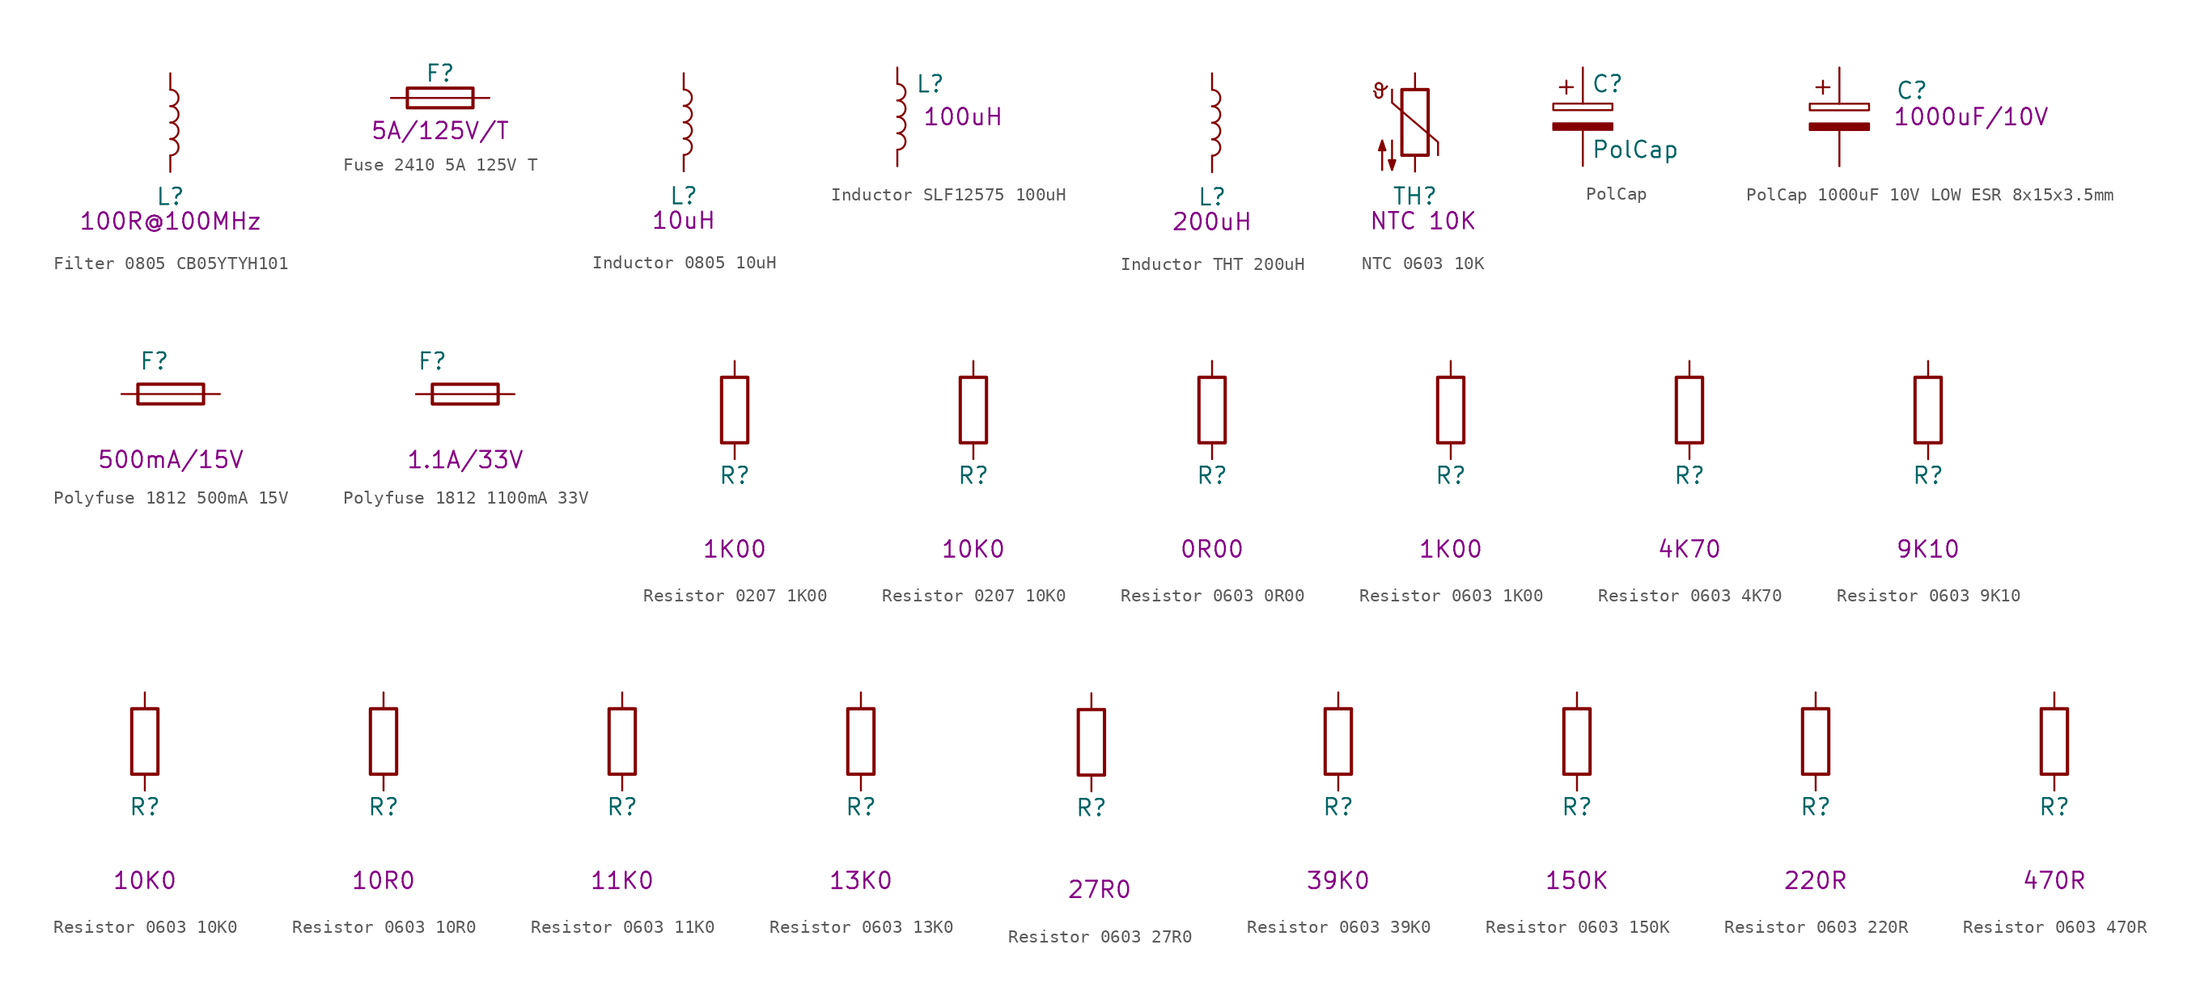
<source format=kicad_sym>
(kicad_symbol_lib
  (version 20211014)
  (generator kicad_symbol_editor)
  (symbol "Filter 0805 CB05YTYH101"
    (pin_numbers hide)
    (pin_names
      (offset 1.016) hide)
    (property "Reference" "L"
      (at 0 -5.715 0)
      (effects (font (size 1.27 1.27))))
    (property "Comment" "100R@100MHz"
      (at 0 -7.62 0)
      (effects (font (size 1.27 1.27))))
    (symbol "Filter 0805 CB05YTYH101_0_1"
      (arc (start 0 -2.54) (mid 0.635 -1.905) (end 0 -1.27) (stroke (width 0) (type default) (color 0 0 0 0)) (fill (type none)))
      (arc (start 0 -1.27) (mid 0.635 -0.635) (end 0 0) (stroke (width 0) (type default) (color 0 0 0 0)) (fill (type none)))
      (arc (start 0 0) (mid 0.635 0.635) (end 0 1.27) (stroke (width 0) (type default) (color 0 0 0 0)) (fill (type none)))
      (arc (start 0 1.27) (mid 0.635 1.905) (end 0 2.54) (stroke (width 0) (type default) (color 0 0 0 0)) (fill (type none))))
    (symbol "Filter 0805 CB05YTYH101_1_1"
      (pin passive line (at 0 3.81 270) (length 1.27) (name "1" (effects (font (size 1.27 1.27)))) (number "1" (effects (font (size 1.27 1.27)))))
      (pin passive line (at 0 -3.81 90) (length 1.27) (name "2" (effects (font (size 1.27 1.27)))) (number "2" (effects (font (size 1.27 1.27)))))))
  (symbol "Fuse 2410 5A 125V T"
    (pin_numbers hide)
    (pin_names
      (offset 0))
    (property "Reference" "F"
      (at 0 1.905 0)
      (effects (font (size 1.27 1.27))))
    (property "Comment" "5A/125V/T"
      (at 0 -2.54 0)
      (effects (font (size 1.27 1.27))))
    (symbol "Fuse 2410 5A 125V T_0_1"
      (polyline (pts (xy -2.54 0) (xy 2.54 0)) (stroke (width 0) (type default) (color 0 0 0 0)) (fill (type none)))
      (rectangle (start 2.54 -0.762) (end -2.54 0.762) (stroke (width 0.254) (type default) (color 0 0 0 0)) (fill (type none))))
    (symbol "Fuse 2410 5A 125V T_1_1"
      (pin passive line (at -3.81 0 0) (length 1.27) (name "~" (effects (font (size 1.27 1.27)))) (number "1" (effects (font (size 1.27 1.27)))))
      (pin passive line (at 3.81 0 180) (length 1.27) (name "~" (effects (font (size 1.27 1.27)))) (number "2" (effects (font (size 1.27 1.27)))))))
  (symbol "Inductor 0805 10uH"
    (pin_numbers hide)
    (pin_names
      (offset 1.016) hide)
    (property "Reference" "L"
      (at 0 -5.715 0)
      (effects (font (size 1.27 1.27))))
    (property "Comment" "10uH"
      (at 0 -7.62 0)
      (effects (font (size 1.27 1.27))))
    (symbol "Inductor 0805 10uH_0_1"
      (arc (start 0 -2.54) (mid 0.635 -1.905) (end 0 -1.27) (stroke (width 0) (type default) (color 0 0 0 0)) (fill (type none)))
      (arc (start 0 -1.27) (mid 0.635 -0.635) (end 0 0) (stroke (width 0) (type default) (color 0 0 0 0)) (fill (type none)))
      (arc (start 0 0) (mid 0.635 0.635) (end 0 1.27) (stroke (width 0) (type default) (color 0 0 0 0)) (fill (type none)))
      (arc (start 0 1.27) (mid 0.635 1.905) (end 0 2.54) (stroke (width 0) (type default) (color 0 0 0 0)) (fill (type none))))
    (symbol "Inductor 0805 10uH_1_1"
      (pin passive line (at 0 3.81 270) (length 1.27) (name "1" (effects (font (size 1.27 1.27)))) (number "1" (effects (font (size 1.27 1.27)))))
      (pin passive line (at 0 -3.81 90) (length 1.27) (name "2" (effects (font (size 1.27 1.27)))) (number "2" (effects (font (size 1.27 1.27)))))))
  (symbol "Inductor SLF12575 100uH"
    (pin_numbers hide)
    (pin_names
      (offset 1.016) hide)
    (property "Reference" "L"
      (at 2.54 2.54 0)
      (effects (font (size 1.27 1.27))))
    (property "Comment" "100uH"
      (at 5.08 0 0)
      (effects (font (size 1.27 1.27))))
    (symbol "Inductor SLF12575 100uH_0_1"
      (arc (start 0 -2.54) (mid 0.635 -1.905) (end 0 -1.27) (stroke (width 0) (type default) (color 0 0 0 0)) (fill (type none)))
      (arc (start 0 -1.27) (mid 0.635 -0.635) (end 0 0) (stroke (width 0) (type default) (color 0 0 0 0)) (fill (type none)))
      (arc (start 0 0) (mid 0.635 0.635) (end 0 1.27) (stroke (width 0) (type default) (color 0 0 0 0)) (fill (type none)))
      (arc (start 0 1.27) (mid 0.635 1.905) (end 0 2.54) (stroke (width 0) (type default) (color 0 0 0 0)) (fill (type none))))
    (symbol "Inductor SLF12575 100uH_1_1"
      (pin passive line (at 0 3.81 270) (length 1.27) (name "1" (effects (font (size 1.27 1.27)))) (number "1" (effects (font (size 1.27 1.27)))))
      (pin passive line (at 0 -3.81 90) (length 1.27) (name "2" (effects (font (size 1.27 1.27)))) (number "2" (effects (font (size 1.27 1.27)))))))
  (symbol "Inductor THT 200uH"
    (pin_numbers hide)
    (pin_names
      (offset 1.016) hide)
    (property "Reference" "L"
      (at 0 -5.715 0)
      (effects (font (size 1.27 1.27))))
    (property "Comment" "200uH"
      (at 0 -7.62 0)
      (effects (font (size 1.27 1.27))))
    (symbol "Inductor THT 200uH_0_1"
      (arc (start 0 -2.54) (mid 0.635 -1.905) (end 0 -1.27) (stroke (width 0) (type default) (color 0 0 0 0)) (fill (type none)))
      (arc (start 0 -1.27) (mid 0.635 -0.635) (end 0 0) (stroke (width 0) (type default) (color 0 0 0 0)) (fill (type none)))
      (arc (start 0 0) (mid 0.635 0.635) (end 0 1.27) (stroke (width 0) (type default) (color 0 0 0 0)) (fill (type none)))
      (arc (start 0 1.27) (mid 0.635 1.905) (end 0 2.54) (stroke (width 0) (type default) (color 0 0 0 0)) (fill (type none))))
    (symbol "Inductor THT 200uH_1_1"
      (pin passive line (at 0 3.81 270) (length 1.27) (name "1" (effects (font (size 1.27 1.27)))) (number "1" (effects (font (size 1.27 1.27)))))
      (pin passive line (at 0 -3.81 90) (length 1.27) (name "2" (effects (font (size 1.27 1.27)))) (number "2" (effects (font (size 1.27 1.27)))))))
  (symbol "NTC 0603 10K"
    (pin_numbers hide)
    (pin_names
      (offset 0))
    (property "Reference" "TH"
      (at 0 -5.715 0)
      (effects (font (size 1.27 1.27))))
    (property "Comment" "NTC 10K"
      (at 0.635 -7.62 0)
      (effects (font (size 1.27 1.27))))
    (symbol "NTC 0603 10K_0_1"
      (arc (start -3.048 2.159) (mid -3.0505 2.3165) (end -3.175 2.413) (stroke (width 0) (type default) (color 0 0 0 0)) (fill (type none)))
      (arc (start -3.048 2.159) (mid -2.9736 1.9794) (end -2.794 1.905) (stroke (width 0) (type default) (color 0 0 0 0)) (fill (type none)))
      (arc (start -3.048 2.794) (mid -2.9736 2.6144) (end -2.794 2.54) (stroke (width 0) (type default) (color 0 0 0 0)) (fill (type none)))
      (arc (start -2.794 1.905) (mid -2.6144 1.9794) (end -2.54 2.159) (stroke (width 0) (type default) (color 0 0 0 0)) (fill (type none)))
      (arc (start -2.794 2.54) (mid -2.434 2.5608) (end -2.159 2.794) (stroke (width 0) (type default) (color 0 0 0 0)) (fill (type none)))
      (arc (start -2.794 3.048) (mid -2.9736 2.9736) (end -3.048 2.794) (stroke (width 0) (type default) (color 0 0 0 0)) (fill (type none)))
      (arc (start -2.54 2.794) (mid -2.6144 2.9736) (end -2.794 3.048) (stroke (width 0) (type default) (color 0 0 0 0)) (fill (type none)))
      (rectangle (start -1.016 2.54) (end 1.016 -2.54) (stroke (width 0.254) (type default) (color 0 0 0 0)) (fill (type none)))
      (polyline (pts (xy -2.54 2.159) (xy -2.54 2.794)) (stroke (width 0) (type default) (color 0 0 0 0)) (fill (type none)))
      (polyline (pts (xy -1.778 2.54) (xy -1.778 1.524) (xy 1.778 -1.524) (xy 1.778 -2.54)) (stroke (width 0) (type default) (color 0 0 0 0)) (fill (type none)))
      (polyline (pts (xy -2.54 -3.683) (xy -2.54 -1.397) (xy -2.794 -2.159) (xy -2.286 -2.159) (xy -2.54 -1.397) (xy -2.54 -1.651)) (stroke (width 0) (type default) (color 0 0 0 0)) (fill (type outline)))
      (polyline (pts (xy -1.778 -1.397) (xy -1.778 -3.683) (xy -2.032 -2.921) (xy -1.524 -2.921) (xy -1.778 -3.683) (xy -1.778 -3.429)) (stroke (width 0) (type default) (color 0 0 0 0)) (fill (type outline))))
    (symbol "NTC 0603 10K_1_1"
      (pin passive line (at 0 3.81 270) (length 1.27) (name "~" (effects (font (size 1.27 1.27)))) (number "1" (effects (font (size 1.27 1.27)))))
      (pin passive line (at 0 -3.81 90) (length 1.27) (name "~" (effects (font (size 1.27 1.27)))) (number "2" (effects (font (size 1.27 1.27)))))))
  (symbol "PolCap"
    (pin_numbers hide)
    (pin_names
      (offset 0.254))
    (property "Reference" "C"
      (at 0.635 2.54 0)
      (effects (font (size 1.27 1.27)) (justify left)))
    (property "Value" "PolCap"
      (at 0.635 -2.54 0)
      (effects (font (size 1.27 1.27)) (justify left)))
    (symbol "PolCap_0_1"
      (rectangle (start -2.286 0.508) (end 2.286 1.016) (stroke (width 0) (type default) (color 0 0 0 0)) (fill (type none)))
      (polyline (pts (xy -1.778 2.286) (xy -0.762 2.286)) (stroke (width 0) (type default) (color 0 0 0 0)) (fill (type none)))
      (polyline (pts (xy -1.27 2.794) (xy -1.27 1.778)) (stroke (width 0) (type default) (color 0 0 0 0)) (fill (type none)))
      (rectangle (start 2.286 -0.508) (end -2.286 -1.016) (stroke (width 0) (type default) (color 0 0 0 0)) (fill (type outline))))
    (symbol "PolCap_1_1"
      (pin passive line (at 0 3.81 270) (length 2.794) (name "~" (effects (font (size 1.27 1.27)))) (number "1" (effects (font (size 1.27 1.27)))))
      (pin passive line (at 0 -3.81 90) (length 2.794) (name "~" (effects (font (size 1.27 1.27)))) (number "2" (effects (font (size 1.27 1.27)))))))
  (symbol "PolCap 1000uF 10V LOW ESR 8x15x3.5mm"
    (pin_numbers hide)
    (pin_names
      (offset 0.254) hide)
    (property "Reference" "C"
      (at 4.318 2.032 0)
      (effects (font (size 1.27 1.27)) (justify left)))
    (property "Comment" "1000uF/10V"
      (at 10.16 0 0)
      (effects (font (size 1.27 1.27))))
    (symbol "PolCap 1000uF 10V LOW ESR 8x15x3.5mm_0_1"
      (rectangle (start -2.286 0.508) (end 2.286 1.016) (stroke (width 0) (type default) (color 0 0 0 0)) (fill (type none)))
      (polyline (pts (xy -1.778 2.286) (xy -0.762 2.286)) (stroke (width 0) (type default) (color 0 0 0 0)) (fill (type none)))
      (polyline (pts (xy -1.27 2.794) (xy -1.27 1.778)) (stroke (width 0) (type default) (color 0 0 0 0)) (fill (type none)))
      (rectangle (start 2.286 -0.508) (end -2.286 -1.016) (stroke (width 0) (type default) (color 0 0 0 0)) (fill (type outline))))
    (symbol "PolCap 1000uF 10V LOW ESR 8x15x3.5mm_1_1"
      (pin passive line (at 0 3.81 270) (length 2.794) (name "~" (effects (font (size 1.27 1.27)))) (number "1" (effects (font (size 1.27 1.27)))))
      (pin passive line (at 0 -3.81 90) (length 2.794) (name "~" (effects (font (size 1.27 1.27)))) (number "2" (effects (font (size 1.27 1.27)))))))
  (symbol "Polyfuse 1812 500mA 15V"
    (pin_numbers hide)
    (pin_names
      (offset 0))
    (property "Reference" "F"
      (at -1.27 2.54 0)
      (effects (font (size 1.27 1.27))))
    (property "Comment" "500mA/15V"
      (at 0 -5.08 0)
      (effects (font (size 1.27 1.27))))
    (symbol "Polyfuse 1812 500mA 15V_0_1"
      (polyline (pts (xy -2.54 0) (xy 2.54 0)) (stroke (width 0) (type default) (color 0 0 0 0)) (fill (type none)))
      (rectangle (start 2.54 -0.762) (end -2.54 0.762) (stroke (width 0.254) (type default) (color 0 0 0 0)) (fill (type none))))
    (symbol "Polyfuse 1812 500mA 15V_1_1"
      (pin passive line (at -3.81 0 0) (length 1.27) (name "~" (effects (font (size 1.27 1.27)))) (number "1" (effects (font (size 1.27 1.27)))))
      (pin passive line (at 3.81 0 180) (length 1.27) (name "~" (effects (font (size 1.27 1.27)))) (number "2" (effects (font (size 1.27 1.27)))))))
  (symbol "Polyfuse 1812 1100mA 33V"
    (pin_numbers hide)
    (pin_names
      (offset 0))
    (property "Reference" "F"
      (at -2.54 2.54 0)
      (effects (font (size 1.27 1.27))))
    (property "Comment" "1.1A/33V"
      (at 0 -5.08 0)
      (effects (font (size 1.27 1.27))))
    (symbol "Polyfuse 1812 1100mA 33V_0_1"
      (polyline (pts (xy -2.54 0) (xy 2.54 0)) (stroke (width 0) (type default) (color 0 0 0 0)) (fill (type none)))
      (rectangle (start 2.54 -0.762) (end -2.54 0.762) (stroke (width 0.254) (type default) (color 0 0 0 0)) (fill (type none))))
    (symbol "Polyfuse 1812 1100mA 33V_1_1"
      (pin passive line (at -3.81 0 0) (length 1.27) (name "~" (effects (font (size 1.27 1.27)))) (number "1" (effects (font (size 1.27 1.27)))))
      (pin passive line (at 3.81 0 180) (length 1.27) (name "~" (effects (font (size 1.27 1.27)))) (number "2" (effects (font (size 1.27 1.27)))))))
  (symbol "Resistor 0207 1K00"
    (pin_numbers hide)
    (pin_names
      (offset 1.016))
    (property "Reference" "R"
      (at 0 -5.08 0)
      (effects (font (size 1.27 1.27))))
    (property "Comment" "1K00"
      (at 0 -10.795 0)
      (effects (font (size 1.27 1.27))))
    (symbol "Resistor 0207 1K00_1_1"
      (rectangle (start -1.016 -2.54) (end 1.016 2.54) (stroke (width 0.254) (type default) (color 0 0 0 0)) (fill (type none)))
      (pin passive line (at 0 3.81 270) (length 1.27) (name "~" (effects (font (size 1.27 1.27)))) (number "1" (effects (font (size 1.27 1.27)))))
      (pin passive line (at 0 -3.81 90) (length 1.27) (name "~" (effects (font (size 1.27 1.27)))) (number "2" (effects (font (size 1.27 1.27)))))))
  (symbol "Resistor 0207 10K0"
    (pin_numbers hide)
    (pin_names
      (offset 1.016))
    (property "Reference" "R"
      (at 0 -5.08 0)
      (effects (font (size 1.27 1.27))))
    (property "Comment" "10K0"
      (at 0 -10.795 0)
      (effects (font (size 1.27 1.27))))
    (symbol "Resistor 0207 10K0_1_1"
      (rectangle (start -1.016 -2.54) (end 1.016 2.54) (stroke (width 0.254) (type default) (color 0 0 0 0)) (fill (type none)))
      (pin passive line (at 0 3.81 270) (length 1.27) (name "~" (effects (font (size 1.27 1.27)))) (number "1" (effects (font (size 1.27 1.27)))))
      (pin passive line (at 0 -3.81 90) (length 1.27) (name "~" (effects (font (size 1.27 1.27)))) (number "2" (effects (font (size 1.27 1.27)))))))
  (symbol "Resistor 0603 0R00"
    (pin_numbers hide)
    (pin_names
      (offset 1.016))
    (property "Reference" "R"
      (at 0 -5.08 0)
      (effects (font (size 1.27 1.27))))
    (property "Comment" "0R00"
      (at 0 -10.795 0)
      (effects (font (size 1.27 1.27))))
    (symbol "Resistor 0603 0R00_1_1"
      (rectangle (start -1.016 -2.54) (end 1.016 2.54) (stroke (width 0.254) (type default) (color 0 0 0 0)) (fill (type none)))
      (pin passive line (at 0 3.81 270) (length 1.27) (name "~" (effects (font (size 1.27 1.27)))) (number "1" (effects (font (size 1.27 1.27)))))
      (pin passive line (at 0 -3.81 90) (length 1.27) (name "~" (effects (font (size 1.27 1.27)))) (number "2" (effects (font (size 1.27 1.27)))))))
  (symbol "Resistor 0603 1K00"
    (pin_numbers hide)
    (pin_names
      (offset 1.016))
    (property "Reference" "R"
      (at 0 -5.08 0)
      (effects (font (size 1.27 1.27))))
    (property "Comment" "1K00"
      (at 0 -10.795 0)
      (effects (font (size 1.27 1.27))))
    (symbol "Resistor 0603 1K00_1_1"
      (rectangle (start -1.016 -2.54) (end 1.016 2.54) (stroke (width 0.254) (type default) (color 0 0 0 0)) (fill (type none)))
      (pin passive line (at 0 3.81 270) (length 1.27) (name "~" (effects (font (size 1.27 1.27)))) (number "1" (effects (font (size 1.27 1.27)))))
      (pin passive line (at 0 -3.81 90) (length 1.27) (name "~" (effects (font (size 1.27 1.27)))) (number "2" (effects (font (size 1.27 1.27)))))))
  (symbol "Resistor 0603 4K70"
    (pin_numbers hide)
    (pin_names
      (offset 1.016))
    (property "Reference" "R"
      (at 0 -5.08 0)
      (effects (font (size 1.27 1.27))))
    (property "Comment" "4K70"
      (at 0 -10.795 0)
      (effects (font (size 1.27 1.27))))
    (symbol "Resistor 0603 4K70_1_1"
      (rectangle (start -1.016 -2.54) (end 1.016 2.54) (stroke (width 0.254) (type default) (color 0 0 0 0)) (fill (type none)))
      (pin passive line (at 0 3.81 270) (length 1.27) (name "~" (effects (font (size 1.27 1.27)))) (number "1" (effects (font (size 1.27 1.27)))))
      (pin passive line (at 0 -3.81 90) (length 1.27) (name "~" (effects (font (size 1.27 1.27)))) (number "2" (effects (font (size 1.27 1.27)))))))
  (symbol "Resistor 0603 9K10"
    (pin_numbers hide)
    (pin_names
      (offset 1.016))
    (property "Reference" "R"
      (at 0 -5.08 0)
      (effects (font (size 1.27 1.27))))
    (property "Comment" "9K10"
      (at 0 -10.795 0)
      (effects (font (size 1.27 1.27))))
    (symbol "Resistor 0603 9K10_1_1"
      (rectangle (start -1.016 -2.54) (end 1.016 2.54) (stroke (width 0.254) (type default) (color 0 0 0 0)) (fill (type none)))
      (pin passive line (at 0 3.81 270) (length 1.27) (name "~" (effects (font (size 1.27 1.27)))) (number "1" (effects (font (size 1.27 1.27)))))
      (pin passive line (at 0 -3.81 90) (length 1.27) (name "~" (effects (font (size 1.27 1.27)))) (number "2" (effects (font (size 1.27 1.27)))))))
  (symbol "Resistor 0603 10K0"
    (pin_numbers hide)
    (pin_names
      (offset 1.016))
    (property "Reference" "R"
      (at 0 -5.08 0)
      (effects (font (size 1.27 1.27))))
    (property "Comment" "10K0"
      (at 0 -10.795 0)
      (effects (font (size 1.27 1.27))))
    (symbol "Resistor 0603 10K0_1_1"
      (rectangle (start -1.016 -2.54) (end 1.016 2.54) (stroke (width 0.254) (type default) (color 0 0 0 0)) (fill (type none)))
      (pin passive line (at 0 3.81 270) (length 1.27) (name "~" (effects (font (size 1.27 1.27)))) (number "1" (effects (font (size 1.27 1.27)))))
      (pin passive line (at 0 -3.81 90) (length 1.27) (name "~" (effects (font (size 1.27 1.27)))) (number "2" (effects (font (size 1.27 1.27)))))))
  (symbol "Resistor 0603 10R0"
    (pin_numbers hide)
    (pin_names
      (offset 1.016))
    (property "Reference" "R"
      (at 0 -5.08 0)
      (effects (font (size 1.27 1.27))))
    (property "Comment" "10R0"
      (at 0 -10.795 0)
      (effects (font (size 1.27 1.27))))
    (symbol "Resistor 0603 10R0_1_1"
      (rectangle (start -1.016 -2.54) (end 1.016 2.54) (stroke (width 0.254) (type default) (color 0 0 0 0)) (fill (type none)))
      (pin passive line (at 0 3.81 270) (length 1.27) (name "~" (effects (font (size 1.27 1.27)))) (number "1" (effects (font (size 1.27 1.27)))))
      (pin passive line (at 0 -3.81 90) (length 1.27) (name "~" (effects (font (size 1.27 1.27)))) (number "2" (effects (font (size 1.27 1.27)))))))
  (symbol "Resistor 0603 11K0"
    (pin_numbers hide)
    (pin_names
      (offset 1.016))
    (property "Reference" "R"
      (at 0 -5.08 0)
      (effects (font (size 1.27 1.27))))
    (property "Comment" "11K0"
      (at 0 -10.795 0)
      (effects (font (size 1.27 1.27))))
    (symbol "Resistor 0603 11K0_1_1"
      (rectangle (start -1.016 -2.54) (end 1.016 2.54) (stroke (width 0.254) (type default) (color 0 0 0 0)) (fill (type none)))
      (pin passive line (at 0 3.81 270) (length 1.27) (name "~" (effects (font (size 1.27 1.27)))) (number "1" (effects (font (size 1.27 1.27)))))
      (pin passive line (at 0 -3.81 90) (length 1.27) (name "~" (effects (font (size 1.27 1.27)))) (number "2" (effects (font (size 1.27 1.27)))))))
  (symbol "Resistor 0603 13K0"
    (pin_numbers hide)
    (pin_names
      (offset 1.016))
    (property "Reference" "R"
      (at 0 -5.08 0)
      (effects (font (size 1.27 1.27))))
    (property "Comment" "13K0"
      (at 0 -10.795 0)
      (effects (font (size 1.27 1.27))))
    (symbol "Resistor 0603 13K0_1_1"
      (rectangle (start -1.016 -2.54) (end 1.016 2.54) (stroke (width 0.254) (type default) (color 0 0 0 0)) (fill (type none)))
      (pin passive line (at 0 3.81 270) (length 1.27) (name "~" (effects (font (size 1.27 1.27)))) (number "1" (effects (font (size 1.27 1.27)))))
      (pin passive line (at 0 -3.81 90) (length 1.27) (name "~" (effects (font (size 1.27 1.27)))) (number "2" (effects (font (size 1.27 1.27)))))))
  (symbol "Resistor 0603 27R0"
    (pin_numbers hide)
    (pin_names
      (offset 1.016))
    (property "Reference" "R"
      (at 0 -5.08 0)
      (effects (font (size 1.27 1.27))))
    (property "Comment" "27R0"
      (at 0.635 -11.43 0)
      (effects (font (size 1.27 1.27))))
    (symbol "Resistor 0603 27R0_1_1"
      (rectangle (start -1.016 -2.54) (end 1.016 2.54) (stroke (width 0.254) (type default) (color 0 0 0 0)) (fill (type none)))
      (pin passive line (at 0 3.81 270) (length 1.27) (name "~" (effects (font (size 1.27 1.27)))) (number "1" (effects (font (size 1.27 1.27)))))
      (pin passive line (at 0 -3.81 90) (length 1.27) (name "~" (effects (font (size 1.27 1.27)))) (number "2" (effects (font (size 1.27 1.27)))))))
  (symbol "Resistor 0603 39K0"
    (pin_numbers hide)
    (pin_names
      (offset 1.016))
    (property "Reference" "R"
      (at 0 -5.08 0)
      (effects (font (size 1.27 1.27))))
    (property "Comment" "39K0"
      (at 0 -10.795 0)
      (effects (font (size 1.27 1.27))))
    (symbol "Resistor 0603 39K0_1_1"
      (rectangle (start -1.016 -2.54) (end 1.016 2.54) (stroke (width 0.254) (type default) (color 0 0 0 0)) (fill (type none)))
      (pin passive line (at 0 3.81 270) (length 1.27) (name "~" (effects (font (size 1.27 1.27)))) (number "1" (effects (font (size 1.27 1.27)))))
      (pin passive line (at 0 -3.81 90) (length 1.27) (name "~" (effects (font (size 1.27 1.27)))) (number "2" (effects (font (size 1.27 1.27)))))))
  (symbol "Resistor 0603 150K"
    (pin_numbers hide)
    (pin_names
      (offset 1.016))
    (property "Reference" "R"
      (at 0 -5.08 0)
      (effects (font (size 1.27 1.27))))
    (property "Comment" "150K"
      (at 0 -10.795 0)
      (effects (font (size 1.27 1.27))))
    (symbol "Resistor 0603 150K_1_1"
      (rectangle (start -1.016 -2.54) (end 1.016 2.54) (stroke (width 0.254) (type default) (color 0 0 0 0)) (fill (type none)))
      (pin passive line (at 0 3.81 270) (length 1.27) (name "~" (effects (font (size 1.27 1.27)))) (number "1" (effects (font (size 1.27 1.27)))))
      (pin passive line (at 0 -3.81 90) (length 1.27) (name "~" (effects (font (size 1.27 1.27)))) (number "2" (effects (font (size 1.27 1.27)))))))
  (symbol "Resistor 0603 220R"
    (pin_numbers hide)
    (pin_names
      (offset 1.016))
    (property "Reference" "R"
      (at 0 -5.08 0)
      (effects (font (size 1.27 1.27))))
    (property "Comment" "220R"
      (at 0 -10.795 0)
      (effects (font (size 1.27 1.27))))
    (symbol "Resistor 0603 220R_1_1"
      (rectangle (start -1.016 -2.54) (end 1.016 2.54) (stroke (width 0.254) (type default) (color 0 0 0 0)) (fill (type none)))
      (pin passive line (at 0 3.81 270) (length 1.27) (name "~" (effects (font (size 1.27 1.27)))) (number "1" (effects (font (size 1.27 1.27)))))
      (pin passive line (at 0 -3.81 90) (length 1.27) (name "~" (effects (font (size 1.27 1.27)))) (number "2" (effects (font (size 1.27 1.27)))))))
  (symbol "Resistor 0603 470R"
    (pin_numbers hide)
    (pin_names
      (offset 1.016))
    (property "Reference" "R"
      (at 0 -5.08 0)
      (effects (font (size 1.27 1.27))))
    (property "Comment" "470R"
      (at 0 -10.795 0)
      (effects (font (size 1.27 1.27))))
    (symbol "Resistor 0603 470R_1_1"
      (rectangle (start -1.016 -2.54) (end 1.016 2.54) (stroke (width 0.254) (type default) (color 0 0 0 0)) (fill (type none)))
      (pin passive line (at 0 3.81 270) (length 1.27) (name "~" (effects (font (size 1.27 1.27)))) (number "1" (effects (font (size 1.27 1.27)))))
      (pin passive line (at 0 -3.81 90) (length 1.27) (name "~" (effects (font (size 1.27 1.27)))) (number "2" (effects (font (size 1.27 1.27))))))))
</source>
